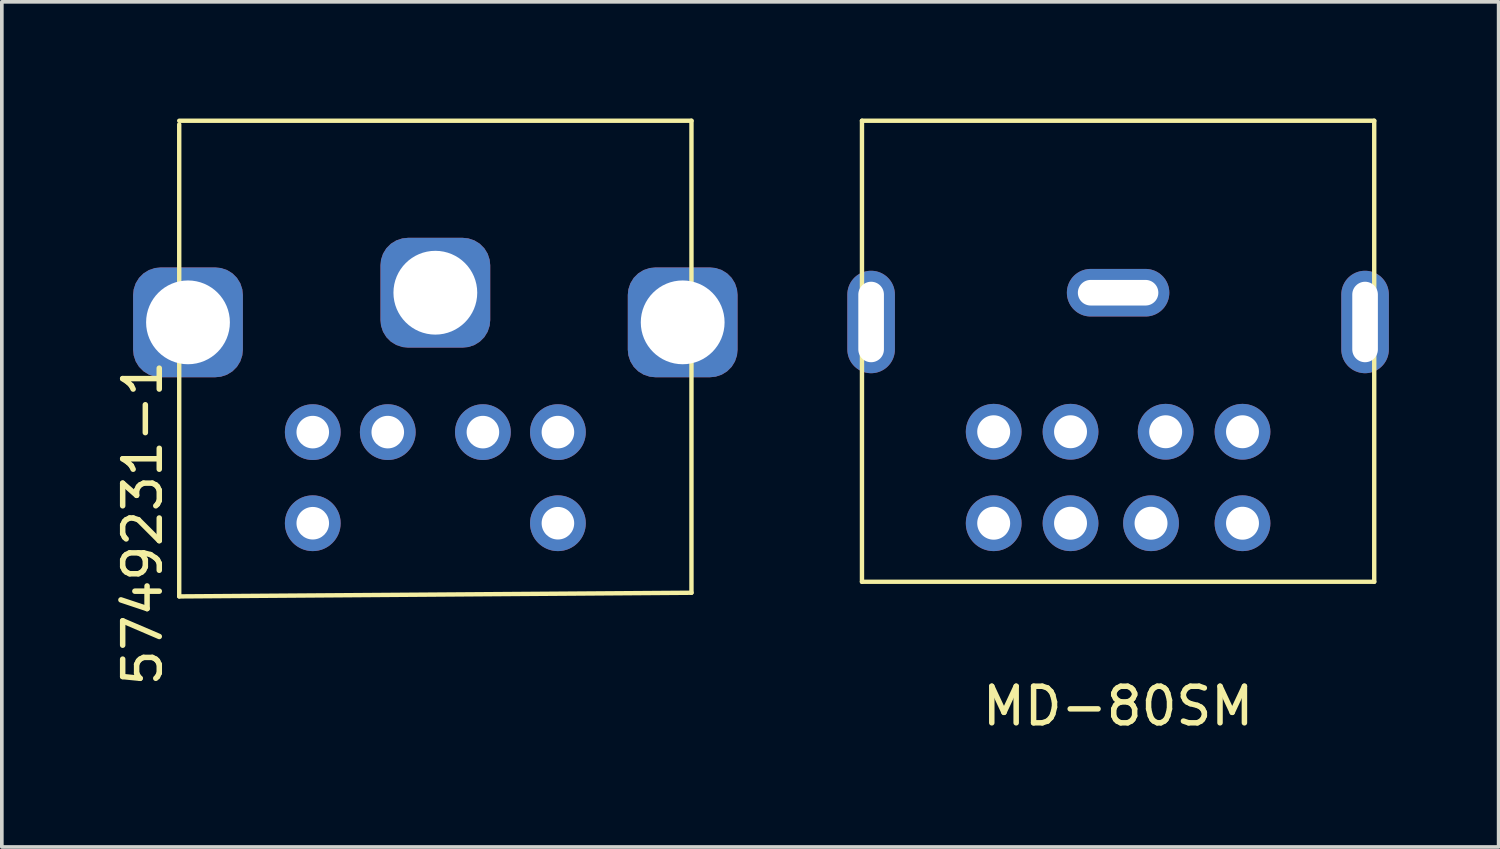
<source format=kicad_pcb>
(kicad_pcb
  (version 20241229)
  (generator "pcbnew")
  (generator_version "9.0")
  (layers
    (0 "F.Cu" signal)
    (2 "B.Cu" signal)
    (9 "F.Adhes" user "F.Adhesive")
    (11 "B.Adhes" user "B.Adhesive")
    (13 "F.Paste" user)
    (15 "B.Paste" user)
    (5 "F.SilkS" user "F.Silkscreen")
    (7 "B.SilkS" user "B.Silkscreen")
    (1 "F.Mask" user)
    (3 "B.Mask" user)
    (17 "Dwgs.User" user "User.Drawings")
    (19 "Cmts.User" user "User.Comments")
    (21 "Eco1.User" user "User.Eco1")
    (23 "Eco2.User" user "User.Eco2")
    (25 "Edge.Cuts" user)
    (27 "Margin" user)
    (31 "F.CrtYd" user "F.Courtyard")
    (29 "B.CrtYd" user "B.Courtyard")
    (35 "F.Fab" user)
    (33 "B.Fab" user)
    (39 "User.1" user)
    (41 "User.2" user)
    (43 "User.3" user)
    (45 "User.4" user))
  (footprint "5749231-1"
    (layer "F.Cu")
    (at 8.848 0.25)
    (property "Reference" "5749231-1" (at -8 11 90) (layer "F.SilkS") (effects (font (size 1 1) (thickness 0.15))))
    (attr through_hole)
    (fp_line (start -7 0) (end 7 0) (stroke (width 0.12) (type solid)) (layer "F.SilkS"))
    (fp_line (start -7 13) (end -7 0.1) (stroke (width 0.12) (type solid)) (layer "F.SilkS"))
    (fp_line (start 7 0) (end 7 12.9) (stroke (width 0.12) (type solid)) (layer "F.SilkS"))
    (fp_line (start 7 12.9) (end -7 13) (stroke (width 0.12) (type solid)) (layer "F.SilkS"))
    (pad "1" thru_hole circle (at -1.3 8.51) (size 1.524 1.524) (drill 0.89) (layers "*.Cu" "*.Mask"))
    (pad "2" thru_hole circle (at 1.3 8.51) (size 1.524 1.524) (drill 0.89) (layers "*.Cu" "*.Mask"))
    (pad "3" thru_hole circle (at -3.35 8.51) (size 1.524 1.524) (drill 0.89) (layers "*.Cu" "*.Mask"))
    (pad "4" thru_hole circle (at 3.35 8.51) (size 1.524 1.524) (drill 0.89) (layers "*.Cu" "*.Mask"))
    (pad "5" thru_hole circle (at -3.35 11) (size 1.524 1.524) (drill 0.89) (layers "*.Cu" "*.Mask"))
    (pad "6" thru_hole circle (at 3.35 11) (size 1.524 1.524) (drill 0.89) (layers "*.Cu" "*.Mask"))
    (pad "7" thru_hole roundrect (at 0 4.7) (size 3 3) (drill 2.29) (layers "*.Cu" "*.Mask") (roundrect_rratio 0.25))
    (pad "8" thru_hole roundrect (at -6.76 5.51) (size 3 3) (drill 2.29) (layers "*.Cu" "*.Mask") (roundrect_rratio 0.25))
    (pad "9" thru_hole roundrect (at 6.76 5.51) (size 3 3) (drill 2.29) (layers "*.Cu" "*.Mask") (roundrect_rratio 0.25)))
  (footprint "MD-80SM"
    (layer "F.Cu")
    (at 27.508 0.25)
    (property "Reference" "MD-80SM" (at 0 16 0) (layer "F.SilkS") (effects (font (size 1 1) (thickness 0.15))))
    (attr through_hole)
    (fp_line (start -7 0) (end 7 0) (stroke (width 0.12) (type solid)) (layer "F.SilkS"))
    (fp_line (start -7 12.6) (end -7 0) (stroke (width 0.12) (type solid)) (layer "F.SilkS"))
    (fp_line (start 7 0) (end 7 12.6) (stroke (width 0.12) (type solid)) (layer "F.SilkS"))
    (fp_line (start 7 12.6) (end -7 12.6) (stroke (width 0.12) (type solid)) (layer "F.SilkS"))
    (pad "1" thru_hole circle (at -1.3 8.5) (size 1.524 1.524) (drill 0.9) (layers "*.Cu" "*.Mask"))
    (pad "2" thru_hole circle (at 1.3 8.5) (size 1.524 1.524) (drill 0.9) (layers "*.Cu" "*.Mask"))
    (pad "3" thru_hole circle (at -3.4 8.5) (size 1.524 1.524) (drill 0.9) (layers "*.Cu" "*.Mask"))
    (pad "4" thru_hole circle (at -1.3 11) (size 1.524 1.524) (drill 0.9) (layers "*.Cu" "*.Mask"))
    (pad "5" thru_hole circle (at 3.4 8.5) (size 1.524 1.524) (drill 0.9) (layers "*.Cu" "*.Mask"))
    (pad "6" thru_hole circle (at -3.4 11) (size 1.524 1.524) (drill 0.9) (layers "*.Cu" "*.Mask"))
    (pad "7" thru_hole circle (at 0.9 11) (size 1.524 1.524) (drill 0.9) (layers "*.Cu" "*.Mask"))
    (pad "8" thru_hole circle (at 3.4 11) (size 1.524 1.524) (drill 0.9) (layers "*.Cu" "*.Mask"))
    (pad "9" thru_hole oval (at 0 4.7) (size 2.8 1.3) (drill oval 2.2 0.7) (layers "*.Cu" "*.Mask"))
    (pad "10" thru_hole oval (at -6.75 5.5) (size 1.3 2.8) (drill oval 0.7 2.2) (layers "*.Cu" "*.Mask"))
    (pad "11" thru_hole oval (at 6.75 5.5) (size 1.3 2.8) (drill oval 0.7 2.2) (layers "*.Cu" "*.Mask")))
  (gr_rect
    (start -3 -3)
    (end 37.908 20.098)
    (stroke (width 0.1) (type default))
    (fill no)
    (layer "Edge.Cuts")))
</source>
